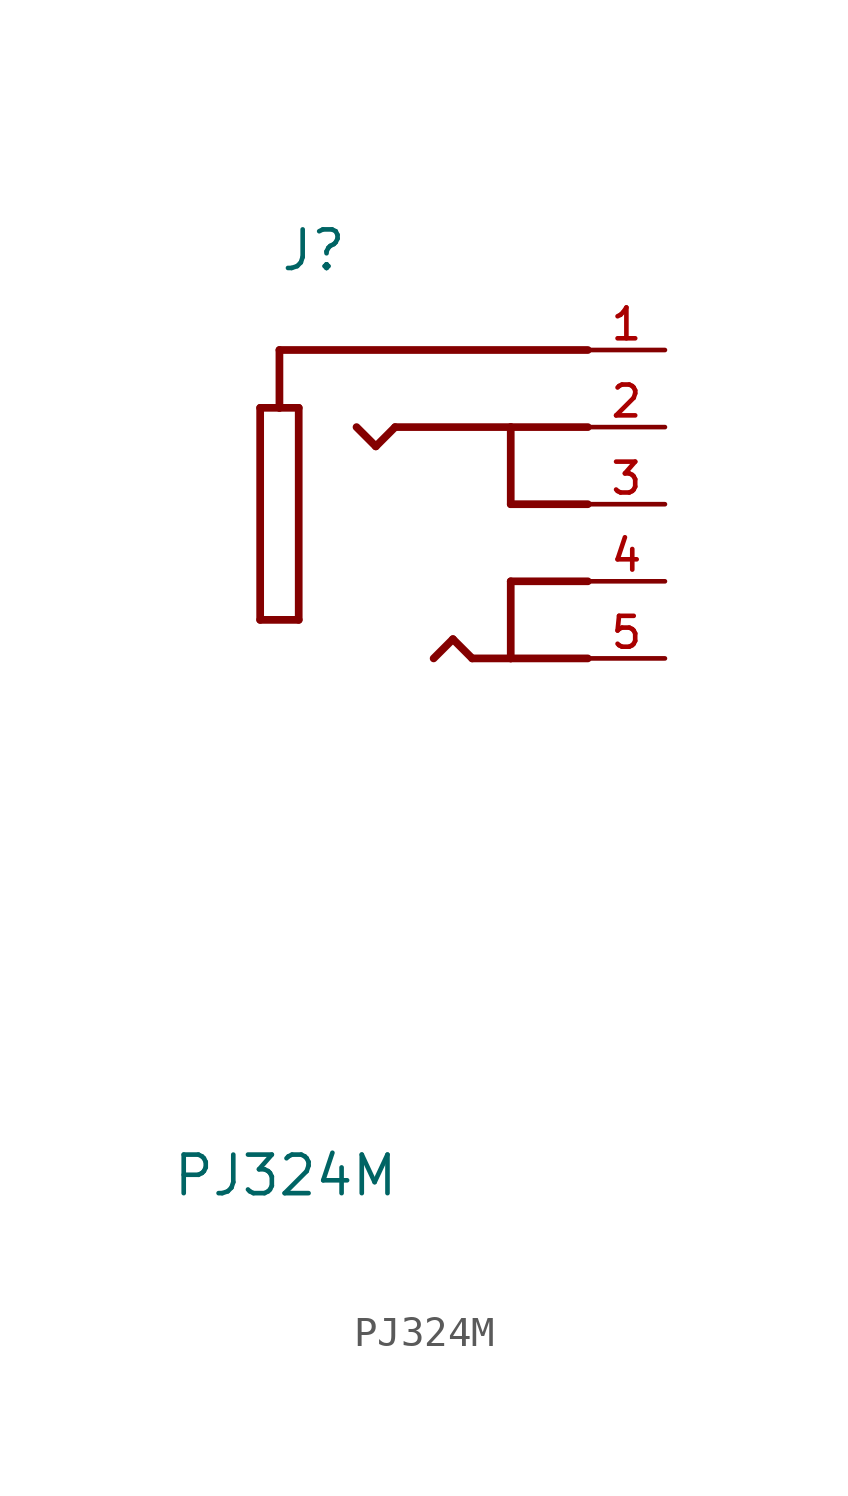
<source format=kicad_sym>
(kicad_symbol_lib
  (version 20231120)
  (generator "kicad_symbol_editor")
  (generator_version "8.0")
  (symbol "PJ324M"
    (pin_names
      (offset 1.016))
    (property "Reference" "J"
      (at -5.08 7.62 0)
      (effects (font (size 1.27 1.27)) (justify left bottom)))
    (property "Value" "PJ324M"
      (at -8.636 -22.86 0)
      (effects (font (size 1.27 1.27)) (justify left bottom)))
    (symbol "PJ324M_0_0"
      (polyline (pts (xy -5.715 -3.81) (xy -5.715 3.175)) (stroke (width 0.254) (type default)) (fill (type none)))
      (polyline (pts (xy -5.715 3.175) (xy -5.08 3.175)) (stroke (width 0.254) (type default)) (fill (type none)))
      (polyline (pts (xy -5.08 3.175) (xy -4.445 3.175)) (stroke (width 0.254) (type default)) (fill (type none)))
      (polyline (pts (xy -5.08 5.08) (xy -5.08 3.175)) (stroke (width 0.254) (type default)) (fill (type none)))
      (polyline (pts (xy -4.445 -3.81) (xy -5.715 -3.81)) (stroke (width 0.254) (type default)) (fill (type none)))
      (polyline (pts (xy -4.445 3.175) (xy -4.445 -3.81)) (stroke (width 0.254) (type default)) (fill (type none)))
      (polyline (pts (xy -1.905 1.905) (xy -2.54 2.54)) (stroke (width 0.254) (type default)) (fill (type none)))
      (polyline (pts (xy -1.27 2.54) (xy -1.905 1.905)) (stroke (width 0.254) (type default)) (fill (type none)))
      (polyline (pts (xy 0.635 -4.445) (xy 0 -5.08)) (stroke (width 0.254) (type default)) (fill (type none)))
      (polyline (pts (xy 1.27 -5.08) (xy 0.635 -4.445)) (stroke (width 0.254) (type default)) (fill (type none)))
      (polyline (pts (xy 2.54 -5.08) (xy 1.27 -5.08)) (stroke (width 0.254) (type default)) (fill (type none)))
      (polyline (pts (xy 2.54 -2.54) (xy 2.54 -5.08)) (stroke (width 0.254) (type default)) (fill (type none)))
      (polyline (pts (xy 2.54 0) (xy 2.54 2.54)) (stroke (width 0.254) (type default)) (fill (type none)))
      (polyline (pts (xy 2.54 2.54) (xy -1.27 2.54)) (stroke (width 0.254) (type default)) (fill (type none)))
      (polyline (pts (xy 5.08 -5.08) (xy 2.54 -5.08)) (stroke (width 0.254) (type default)) (fill (type none)))
      (polyline (pts (xy 5.08 -2.54) (xy 2.54 -2.54)) (stroke (width 0.254) (type default)) (fill (type none)))
      (polyline (pts (xy 5.08 0) (xy 2.54 0)) (stroke (width 0.254) (type default)) (fill (type none)))
      (polyline (pts (xy 5.08 2.54) (xy 2.54 2.54)) (stroke (width 0.254) (type default)) (fill (type none)))
      (polyline (pts (xy 5.08 5.08) (xy -5.08 5.08)) (stroke (width 0.254) (type default)) (fill (type none)))
      (pin passive line (at 7.62 5.08 180) (length 2.54) (name "~" (effects (font (size 1.016 1.016)))) (number "1" (effects (font (size 1.016 1.016)))))
      (pin passive line (at 7.62 2.54 180) (length 2.54) (name "~" (effects (font (size 1.016 1.016)))) (number "2" (effects (font (size 1.016 1.016)))))
      (pin passive line (at 7.62 0 180) (length 2.54) (name "~" (effects (font (size 1.016 1.016)))) (number "3" (effects (font (size 1.016 1.016)))))
      (pin passive line (at 7.62 -2.54 180) (length 2.54) (name "~" (effects (font (size 1.016 1.016)))) (number "4" (effects (font (size 1.016 1.016)))))
      (pin passive line (at 7.62 -5.08 180) (length 2.54) (name "~" (effects (font (size 1.016 1.016)))) (number "5" (effects (font (size 1.016 1.016))))))))
</source>
